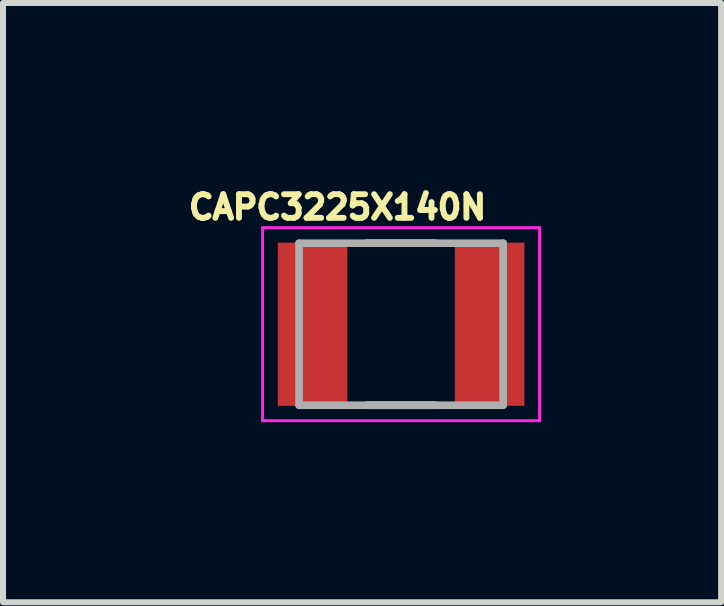
<source format=kicad_pcb>
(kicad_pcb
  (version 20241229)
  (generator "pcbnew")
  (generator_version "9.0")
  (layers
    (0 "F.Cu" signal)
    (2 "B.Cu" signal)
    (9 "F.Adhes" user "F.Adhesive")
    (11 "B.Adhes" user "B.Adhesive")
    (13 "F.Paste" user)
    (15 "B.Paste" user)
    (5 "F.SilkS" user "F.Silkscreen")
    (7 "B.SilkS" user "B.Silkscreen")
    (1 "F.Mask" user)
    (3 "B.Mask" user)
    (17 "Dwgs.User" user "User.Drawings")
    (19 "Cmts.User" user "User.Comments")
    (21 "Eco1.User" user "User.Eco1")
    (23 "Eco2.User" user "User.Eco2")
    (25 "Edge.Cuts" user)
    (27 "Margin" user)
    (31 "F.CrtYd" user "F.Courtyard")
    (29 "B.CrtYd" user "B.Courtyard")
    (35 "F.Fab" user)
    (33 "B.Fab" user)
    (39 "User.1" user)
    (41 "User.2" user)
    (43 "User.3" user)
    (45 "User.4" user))
  (footprint "CAPC3225X140N"
    (layer "F.Cu")
    (at 3.634 2.353)
    (property "Reference" "CAPC3225X140N" (at -1.06 -1.95 0) (layer "F.SilkS") (effects (font (size 0.394 0.394) (thickness 0.15))))
    (attr smd)
    (fp_line (start -0.57 -1.35) (end 0.57 -1.35) (stroke (width 0.127) (type solid)) (layer "F.SilkS"))
    (fp_line (start -0.57 1.35) (end 0.57 1.35) (stroke (width 0.127) (type solid)) (layer "F.SilkS"))
    (fp_line (start -2.308 -1.608) (end 2.308 -1.608) (stroke (width 0.05) (type solid)) (layer "F.CrtYd"))
    (fp_line (start -2.308 1.608) (end -2.308 -1.608) (stroke (width 0.05) (type solid)) (layer "F.CrtYd"))
    (fp_line (start -2.308 1.608) (end 2.308 1.608) (stroke (width 0.05) (type solid)) (layer "F.CrtYd"))
    (fp_line (start 2.308 1.608) (end 2.308 -1.608) (stroke (width 0.05) (type solid)) (layer "F.CrtYd"))
    (fp_line (start -1.7 1.35) (end -1.7 -1.35) (stroke (width 0.127) (type solid)) (layer "F.Fab"))
    (fp_line (start 1.7 -1.35) (end -1.7 -1.35) (stroke (width 0.127) (type solid)) (layer "F.Fab"))
    (fp_line (start 1.7 1.35) (end -1.7 1.35) (stroke (width 0.127) (type solid)) (layer "F.Fab"))
    (fp_line (start 1.7 1.35) (end 1.7 -1.35) (stroke (width 0.127) (type solid)) (layer "F.Fab"))
    (pad "1" smd rect (at -1.475 0) (size 1.16 2.72) (layers "F.Cu" "F.Mask" "F.Paste"))
    (pad "2" smd rect (at 1.475 0) (size 1.16 2.72) (layers "F.Cu" "F.Mask" "F.Paste")))
  (gr_rect
    (start -3 -3)
    (end 8.967 6.986)
    (stroke (width 0.1) (type default))
    (fill no)
    (layer "Edge.Cuts")))
</source>
